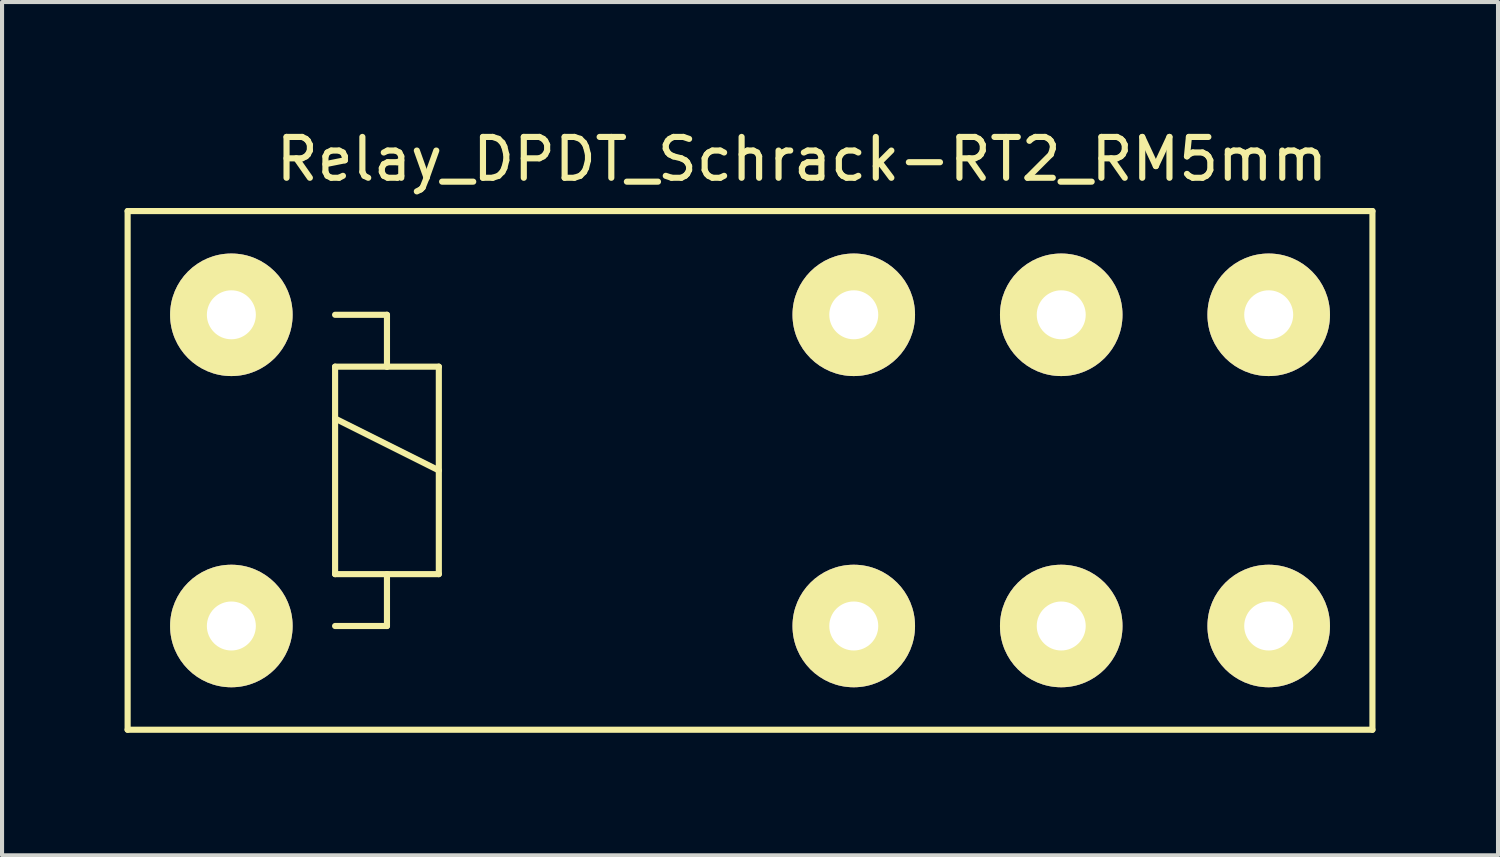
<source format=kicad_pcb>
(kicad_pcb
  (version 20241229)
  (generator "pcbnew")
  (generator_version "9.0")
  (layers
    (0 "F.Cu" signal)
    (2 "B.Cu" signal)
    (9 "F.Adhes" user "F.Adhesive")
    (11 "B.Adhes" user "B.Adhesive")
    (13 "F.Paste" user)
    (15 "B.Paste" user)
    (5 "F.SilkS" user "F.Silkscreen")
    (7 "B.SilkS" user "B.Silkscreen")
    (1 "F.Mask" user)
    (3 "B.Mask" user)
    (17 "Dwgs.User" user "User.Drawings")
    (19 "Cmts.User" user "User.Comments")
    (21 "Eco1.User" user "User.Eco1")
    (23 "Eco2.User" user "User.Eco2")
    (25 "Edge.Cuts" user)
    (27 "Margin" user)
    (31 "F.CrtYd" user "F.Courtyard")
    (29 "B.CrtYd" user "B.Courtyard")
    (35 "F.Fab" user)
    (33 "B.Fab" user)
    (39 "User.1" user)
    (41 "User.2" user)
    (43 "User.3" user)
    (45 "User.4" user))
  (footprint "Relay_DPDT_Schrack-RT2_RM5mm"
    (layer "F.Cu")
    (at 13.615 8.278)
    (property "Reference" "Relay_DPDT_Schrack-RT2_RM5mm" (at 2.97 -7.43 0) (layer "F.SilkS") (effects (font (size 1 1) (thickness 0.15))))
    (attr through_hole)
    (fp_line (start -13.54 -6.16) (end 16.94 -6.16) (stroke (width 0.15) (type solid)) (layer "F.SilkS"))
    (fp_line (start -13.54 6.54) (end -13.54 -6.16) (stroke (width 0.15) (type solid)) (layer "F.SilkS"))
    (fp_line (start -8.46 -3.62) (end -7.19 -3.62) (stroke (width 0.15) (type solid)) (layer "F.SilkS"))
    (fp_line (start -8.46 -2.35) (end -7.19 -2.35) (stroke (width 0.15) (type solid)) (layer "F.SilkS"))
    (fp_line (start -8.46 -1.08) (end -5.92 0.19) (stroke (width 0.15) (type solid)) (layer "F.SilkS"))
    (fp_line (start -8.46 2.73) (end -8.46 -2.35) (stroke (width 0.15) (type solid)) (layer "F.SilkS"))
    (fp_line (start -7.19 -3.62) (end -7.19 -2.35) (stroke (width 0.15) (type solid)) (layer "F.SilkS"))
    (fp_line (start -7.19 -2.35) (end -5.92 -2.35) (stroke (width 0.15) (type solid)) (layer "F.SilkS"))
    (fp_line (start -7.19 2.73) (end -7.19 4) (stroke (width 0.15) (type solid)) (layer "F.SilkS"))
    (fp_line (start -7.19 4) (end -8.46 4) (stroke (width 0.15) (type solid)) (layer "F.SilkS"))
    (fp_line (start -5.92 -2.35) (end -5.92 2.73) (stroke (width 0.15) (type solid)) (layer "F.SilkS"))
    (fp_line (start -5.92 2.73) (end -8.46 2.73) (stroke (width 0.15) (type solid)) (layer "F.SilkS"))
    (fp_line (start 16.94 -6.16) (end 16.94 6.54) (stroke (width 0.15) (type solid)) (layer "F.SilkS"))
    (fp_line (start 16.94 6.54) (end -13.54 6.54) (stroke (width 0.15) (type solid)) (layer "F.SilkS"))
    (pad "1" thru_hole circle (at 4.24 4) (size 3 3) (drill 1.199) (layers "*.Cu" "*.Mask" "F.SilkS"))
    (pad "3" thru_hole circle (at 14.4 4) (size 3 3) (drill 1.199) (layers "*.Cu" "*.Mask" "F.SilkS"))
    (pad "5" thru_hole circle (at 9.32 4) (size 3 3) (drill 1.199) (layers "*.Cu" "*.Mask" "F.SilkS"))
    (pad "8" thru_hole circle (at -11 -3.62) (size 3 3) (drill 1.199) (layers "*.Cu" "*.Mask" "F.SilkS"))
    (pad "9" thru_hole circle (at -11 4) (size 3 3) (drill 1.199) (layers "*.Cu" "*.Mask" "F.SilkS"))
    (pad "12" thru_hole circle (at 9.32 -3.62) (size 3 3) (drill 1.199) (layers "*.Cu" "*.Mask" "F.SilkS"))
    (pad "14" thru_hole circle (at 14.4 -3.62) (size 3 3) (drill 1.199) (layers "*.Cu" "*.Mask" "F.SilkS"))
    (pad "16" thru_hole circle (at 4.24 -3.62) (size 3 3) (drill 1.199) (layers "*.Cu" "*.Mask" "F.SilkS")))
  (gr_rect
    (start -3 -3)
    (end 33.63 17.893)
    (stroke (width 0.1) (type default))
    (fill no)
    (layer "Edge.Cuts")))
</source>
